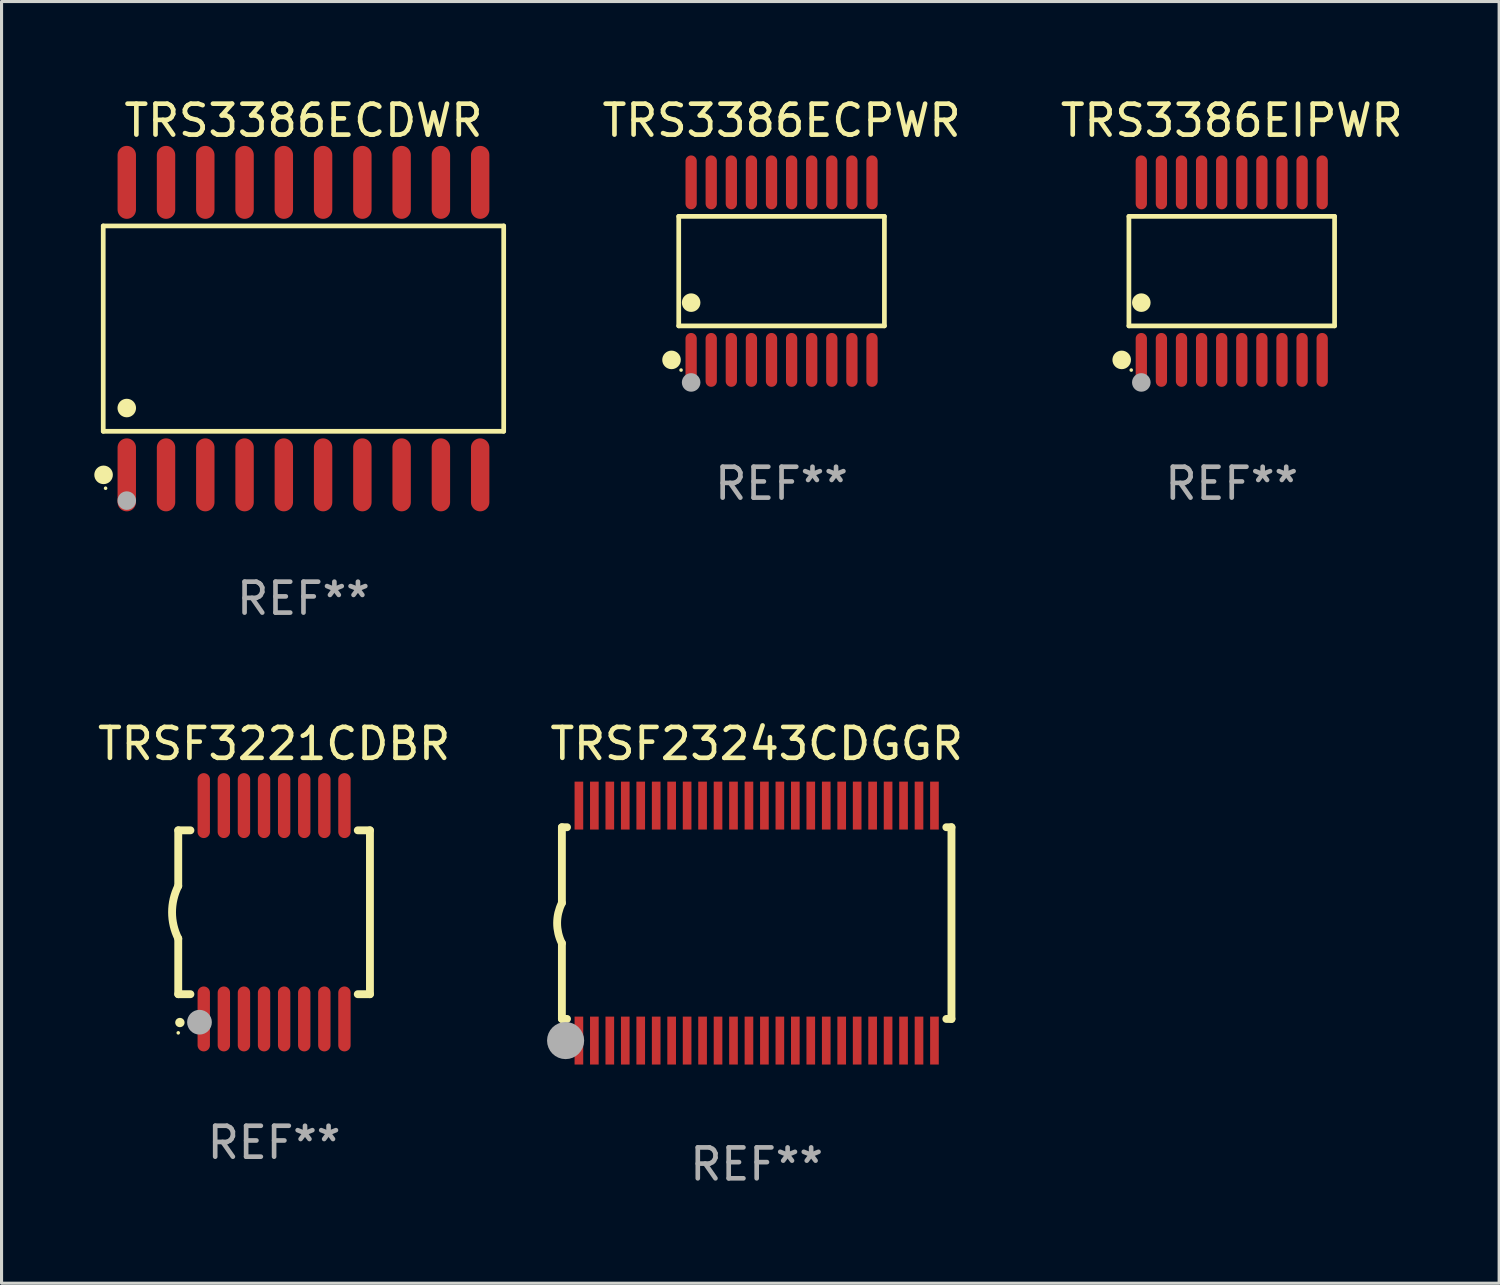
<source format=kicad_pcb>
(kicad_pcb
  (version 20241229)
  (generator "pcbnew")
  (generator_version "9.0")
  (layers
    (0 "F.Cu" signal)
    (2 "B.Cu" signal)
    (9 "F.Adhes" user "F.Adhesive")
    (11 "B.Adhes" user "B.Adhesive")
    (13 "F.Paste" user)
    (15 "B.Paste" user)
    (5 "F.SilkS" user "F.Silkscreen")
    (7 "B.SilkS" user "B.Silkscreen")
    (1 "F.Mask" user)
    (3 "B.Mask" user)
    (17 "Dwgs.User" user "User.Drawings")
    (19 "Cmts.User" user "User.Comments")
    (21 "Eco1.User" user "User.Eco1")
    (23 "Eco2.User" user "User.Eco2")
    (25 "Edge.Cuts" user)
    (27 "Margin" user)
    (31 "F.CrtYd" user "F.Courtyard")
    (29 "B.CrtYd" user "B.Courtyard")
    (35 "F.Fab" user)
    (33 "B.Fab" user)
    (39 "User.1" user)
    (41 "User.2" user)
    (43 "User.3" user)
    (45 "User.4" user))
  (footprint "TRS3386EIPWR"
    (layer "F.Cu")
    (at 36.788 5.719)
    (property "Reference" "TRS3386EIPWR" (at 0 -4.871 0) (layer "F.SilkS") (effects (font (size 1 1) (thickness 0.15))))
    (attr through_hole)
    (fp_line (start -3.326 -1.771) (end 3.326 -1.771) (stroke (width 0.152) (type solid)) (layer "F.SilkS"))
    (fp_line (start -3.326 1.771) (end -3.326 -1.771) (stroke (width 0.152) (type solid)) (layer "F.SilkS"))
    (fp_line (start 3.326 -1.771) (end 3.326 1.771) (stroke (width 0.152) (type solid)) (layer "F.SilkS"))
    (fp_line (start 3.326 1.771) (end -3.326 1.771) (stroke (width 0.152) (type solid)) (layer "F.SilkS"))
    (fp_circle (center -3.559 2.871) (end -3.409 2.871) (stroke (width 0.3) (type solid)) (fill no) (layer "F.SilkS"))
    (fp_circle (center -3.25 3.2) (end -3.22 3.2) (stroke (width 0.06) (type solid)) (fill no) (layer "F.SilkS"))
    (fp_circle (center -2.925 1.019) (end -2.775 1.019) (stroke (width 0.3) (type solid)) (fill no) (layer "F.SilkS"))
    (fp_circle (center -2.925 3.6) (end -2.775 3.6) (stroke (width 0.3) (type solid)) (fill no) (layer "F.Fab"))
    (fp_text user "REF**" (at 0 6.871 0) (layer "F.Fab") (effects (font (size 1 1) (thickness 0.15))))
    (pad "1" smd oval (at -2.925 2.871) (size 0.364 1.742) (layers "F.Cu" "F.Mask" "F.Paste"))
    (pad "2" smd oval (at -2.275 2.871) (size 0.364 1.742) (layers "F.Cu" "F.Mask" "F.Paste"))
    (pad "3" smd oval (at -1.625 2.871) (size 0.364 1.742) (layers "F.Cu" "F.Mask" "F.Paste"))
    (pad "4" smd oval (at -0.975 2.871) (size 0.364 1.742) (layers "F.Cu" "F.Mask" "F.Paste"))
    (pad "5" smd oval (at -0.325 2.871) (size 0.364 1.742) (layers "F.Cu" "F.Mask" "F.Paste"))
    (pad "6" smd oval (at 0.325 2.871) (size 0.364 1.742) (layers "F.Cu" "F.Mask" "F.Paste"))
    (pad "7" smd oval (at 0.975 2.871) (size 0.364 1.742) (layers "F.Cu" "F.Mask" "F.Paste"))
    (pad "8" smd oval (at 1.625 2.871) (size 0.364 1.742) (layers "F.Cu" "F.Mask" "F.Paste"))
    (pad "9" smd oval (at 2.275 2.871) (size 0.364 1.742) (layers "F.Cu" "F.Mask" "F.Paste"))
    (pad "10" smd oval (at 2.925 2.871) (size 0.364 1.742) (layers "F.Cu" "F.Mask" "F.Paste"))
    (pad "11" smd oval (at 2.925 -2.871) (size 0.364 1.742) (layers "F.Cu" "F.Mask" "F.Paste"))
    (pad "12" smd oval (at 2.275 -2.871) (size 0.364 1.742) (layers "F.Cu" "F.Mask" "F.Paste"))
    (pad "13" smd oval (at 1.625 -2.871) (size 0.364 1.742) (layers "F.Cu" "F.Mask" "F.Paste"))
    (pad "14" smd oval (at 0.975 -2.871) (size 0.364 1.742) (layers "F.Cu" "F.Mask" "F.Paste"))
    (pad "15" smd oval (at 0.325 -2.871) (size 0.364 1.742) (layers "F.Cu" "F.Mask" "F.Paste"))
    (pad "16" smd oval (at -0.325 -2.871) (size 0.364 1.742) (layers "F.Cu" "F.Mask" "F.Paste"))
    (pad "17" smd oval (at -0.975 -2.871) (size 0.364 1.742) (layers "F.Cu" "F.Mask" "F.Paste"))
    (pad "18" smd oval (at -1.625 -2.871) (size 0.364 1.742) (layers "F.Cu" "F.Mask" "F.Paste"))
    (pad "19" smd oval (at -2.275 -2.871) (size 0.364 1.742) (layers "F.Cu" "F.Mask" "F.Paste"))
    (pad "20" smd oval (at -2.925 -2.871) (size 0.364 1.742) (layers "F.Cu" "F.Mask" "F.Paste")))
  (footprint "TRSF3221CDBR"
    (layer "F.Cu")
    (at 5.815 26.455)
    (property "Reference" "TRSF3221CDBR" (at 0 -5.45 0) (layer "F.SilkS") (effects (font (size 1 1) (thickness 0.15))))
    (attr through_hole)
    (fp_line (start -3.1 -2.65) (end -3.1 -0.85) (stroke (width 0.254) (type solid)) (layer "F.SilkS"))
    (fp_line (start -3.1 -2.65) (end -2.706 -2.65) (stroke (width 0.254) (type solid)) (layer "F.SilkS"))
    (fp_line (start -3.1 2.65) (end -3.1 0.85) (stroke (width 0.254) (type solid)) (layer "F.SilkS"))
    (fp_line (start -3.1 2.65) (end -2.706 2.65) (stroke (width 0.254) (type solid)) (layer "F.SilkS"))
    (fp_line (start 2.706 -2.65) (end 3.1 -2.65) (stroke (width 0.254) (type solid)) (layer "F.SilkS"))
    (fp_line (start 2.706 2.65) (end 3.1 2.65) (stroke (width 0.254) (type solid)) (layer "F.SilkS"))
    (fp_line (start 3.1 -2.65) (end 3.1 2.65) (stroke (width 0.254) (type solid)) (layer "F.SilkS"))
    (fp_arc (start -3.098907 0.850902) (mid -3.300057 0.000523) (end -3.1 -0.850114) (stroke (width 0.254001) (type solid)) (layer "F.SilkS"))
    (fp_arc (start -3.048006 3.566066) (mid -3.046736 3.566061) (end -3.045466 3.566066) (stroke (width 0.3) (type solid)) (layer "F.SilkS"))
    (fp_circle (center -3.1 3.9) (end -3.07 3.9) (stroke (width 0.06) (type solid)) (fill no) (layer "F.SilkS"))
    (fp_circle (center -2.413 3.556) (end -2.213 3.556) (stroke (width 0.4) (type solid)) (fill no) (layer "F.Fab"))
    (fp_text user "REF**" (at 0 7.45 0) (layer "F.Fab") (effects (font (size 1 1) (thickness 0.15))))
    (pad "1" smd oval (at -2.275 3.45 180) (size 0.4 2.1) (layers "F.Cu" "F.Mask" "F.Paste"))
    (pad "2" smd oval (at -1.625 3.45 180) (size 0.4 2.1) (layers "F.Cu" "F.Mask" "F.Paste"))
    (pad "3" smd oval (at -0.975 3.45 180) (size 0.4 2.1) (layers "F.Cu" "F.Mask" "F.Paste"))
    (pad "4" smd oval (at -0.325 3.45 180) (size 0.4 2.1) (layers "F.Cu" "F.Mask" "F.Paste"))
    (pad "5" smd oval (at 0.325 3.45 180) (size 0.4 2.1) (layers "F.Cu" "F.Mask" "F.Paste"))
    (pad "6" smd oval (at 0.975 3.45 180) (size 0.4 2.1) (layers "F.Cu" "F.Mask" "F.Paste"))
    (pad "7" smd oval (at 1.625 3.45 180) (size 0.4 2.1) (layers "F.Cu" "F.Mask" "F.Paste"))
    (pad "8" smd oval (at 2.275 3.45 180) (size 0.4 2.1) (layers "F.Cu" "F.Mask" "F.Paste"))
    (pad "9" smd oval (at 2.275 -3.45 180) (size 0.4 2.1) (layers "F.Cu" "F.Mask" "F.Paste"))
    (pad "10" smd oval (at 1.625 -3.45 180) (size 0.4 2.1) (layers "F.Cu" "F.Mask" "F.Paste"))
    (pad "11" smd oval (at 0.975 -3.45 180) (size 0.4 2.1) (layers "F.Cu" "F.Mask" "F.Paste"))
    (pad "12" smd oval (at 0.325 -3.45 180) (size 0.4 2.1) (layers "F.Cu" "F.Mask" "F.Paste"))
    (pad "13" smd oval (at -0.325 -3.45 180) (size 0.4 2.1) (layers "F.Cu" "F.Mask" "F.Paste"))
    (pad "14" smd oval (at -0.975 -3.45 180) (size 0.4 2.1) (layers "F.Cu" "F.Mask" "F.Paste"))
    (pad "15" smd oval (at -1.625 -3.45 180) (size 0.4 2.1) (layers "F.Cu" "F.Mask" "F.Paste"))
    (pad "16" smd oval (at -2.275 -3.45 180) (size 0.4 2.1) (layers "F.Cu" "F.Mask" "F.Paste")))
  (footprint "TRS3386ECDWR"
    (layer "F.Cu")
    (at 6.765 7.578)
    (property "Reference" "TRS3386ECDWR" (at 0 -6.73 0) (layer "F.SilkS") (effects (font (size 1 1) (thickness 0.15))))
    (attr through_hole)
    (fp_line (start -6.476 -3.321) (end 6.476 -3.321) (stroke (width 0.152) (type solid)) (layer "F.SilkS"))
    (fp_line (start -6.476 3.321) (end -6.476 -3.321) (stroke (width 0.152) (type solid)) (layer "F.SilkS"))
    (fp_line (start 6.476 -3.321) (end 6.476 3.321) (stroke (width 0.152) (type solid)) (layer "F.SilkS"))
    (fp_line (start 6.476 3.321) (end -6.476 3.321) (stroke (width 0.152) (type solid)) (layer "F.SilkS"))
    (fp_circle (center -6.465 4.73) (end -6.315 4.73) (stroke (width 0.3) (type solid)) (fill no) (layer "F.SilkS"))
    (fp_circle (center -6.4 5.163) (end -6.37 5.163) (stroke (width 0.06) (type solid)) (fill no) (layer "F.SilkS"))
    (fp_circle (center -5.715 2.569) (end -5.565 2.569) (stroke (width 0.3) (type solid)) (fill no) (layer "F.SilkS"))
    (fp_circle (center -5.715 5.563) (end -5.565 5.563) (stroke (width 0.3) (type solid)) (fill no) (layer "F.Fab"))
    (fp_text user "REF**" (at 0 8.73 0) (layer "F.Fab") (effects (font (size 1 1) (thickness 0.15))))
    (pad "1" smd oval (at -5.715 4.73) (size 0.595 2.36) (layers "F.Cu" "F.Mask" "F.Paste"))
    (pad "2" smd oval (at -4.445 4.73) (size 0.595 2.36) (layers "F.Cu" "F.Mask" "F.Paste"))
    (pad "3" smd oval (at -3.175 4.73) (size 0.595 2.36) (layers "F.Cu" "F.Mask" "F.Paste"))
    (pad "4" smd oval (at -1.905 4.73) (size 0.595 2.36) (layers "F.Cu" "F.Mask" "F.Paste"))
    (pad "5" smd oval (at -0.635 4.73) (size 0.595 2.36) (layers "F.Cu" "F.Mask" "F.Paste"))
    (pad "6" smd oval (at 0.635 4.73) (size 0.595 2.36) (layers "F.Cu" "F.Mask" "F.Paste"))
    (pad "7" smd oval (at 1.905 4.73) (size 0.595 2.36) (layers "F.Cu" "F.Mask" "F.Paste"))
    (pad "8" smd oval (at 3.175 4.73) (size 0.595 2.36) (layers "F.Cu" "F.Mask" "F.Paste"))
    (pad "9" smd oval (at 4.445 4.73) (size 0.595 2.36) (layers "F.Cu" "F.Mask" "F.Paste"))
    (pad "10" smd oval (at 5.715 4.73) (size 0.595 2.36) (layers "F.Cu" "F.Mask" "F.Paste"))
    (pad "11" smd oval (at 5.715 -4.73) (size 0.595 2.36) (layers "F.Cu" "F.Mask" "F.Paste"))
    (pad "12" smd oval (at 4.445 -4.73) (size 0.595 2.36) (layers "F.Cu" "F.Mask" "F.Paste"))
    (pad "13" smd oval (at 3.175 -4.73) (size 0.595 2.36) (layers "F.Cu" "F.Mask" "F.Paste"))
    (pad "14" smd oval (at 1.905 -4.73) (size 0.595 2.36) (layers "F.Cu" "F.Mask" "F.Paste"))
    (pad "15" smd oval (at 0.635 -4.73) (size 0.595 2.36) (layers "F.Cu" "F.Mask" "F.Paste"))
    (pad "16" smd oval (at -0.635 -4.73) (size 0.595 2.36) (layers "F.Cu" "F.Mask" "F.Paste"))
    (pad "17" smd oval (at -1.905 -4.73) (size 0.595 2.36) (layers "F.Cu" "F.Mask" "F.Paste"))
    (pad "18" smd oval (at -3.175 -4.73) (size 0.595 2.36) (layers "F.Cu" "F.Mask" "F.Paste"))
    (pad "19" smd oval (at -4.445 -4.73) (size 0.595 2.36) (layers "F.Cu" "F.Mask" "F.Paste"))
    (pad "20" smd oval (at -5.715 -4.73) (size 0.595 2.36) (layers "F.Cu" "F.Mask" "F.Paste")))
  (footprint "TRS3386ECPWR"
    (layer "F.Cu")
    (at 22.228 5.719)
    (property "Reference" "TRS3386ECPWR" (at 0 -4.871 0) (layer "F.SilkS") (effects (font (size 1 1) (thickness 0.15))))
    (attr through_hole)
    (fp_line (start -3.326 -1.771) (end 3.326 -1.771) (stroke (width 0.152) (type solid)) (layer "F.SilkS"))
    (fp_line (start -3.326 1.771) (end -3.326 -1.771) (stroke (width 0.152) (type solid)) (layer "F.SilkS"))
    (fp_line (start 3.326 -1.771) (end 3.326 1.771) (stroke (width 0.152) (type solid)) (layer "F.SilkS"))
    (fp_line (start 3.326 1.771) (end -3.326 1.771) (stroke (width 0.152) (type solid)) (layer "F.SilkS"))
    (fp_circle (center -3.559 2.871) (end -3.409 2.871) (stroke (width 0.3) (type solid)) (fill no) (layer "F.SilkS"))
    (fp_circle (center -3.25 3.2) (end -3.22 3.2) (stroke (width 0.06) (type solid)) (fill no) (layer "F.SilkS"))
    (fp_circle (center -2.925 1.019) (end -2.775 1.019) (stroke (width 0.3) (type solid)) (fill no) (layer "F.SilkS"))
    (fp_circle (center -2.925 3.6) (end -2.775 3.6) (stroke (width 0.3) (type solid)) (fill no) (layer "F.Fab"))
    (fp_text user "REF**" (at 0 6.871 0) (layer "F.Fab") (effects (font (size 1 1) (thickness 0.15))))
    (pad "1" smd oval (at -2.925 2.871) (size 0.364 1.742) (layers "F.Cu" "F.Mask" "F.Paste"))
    (pad "2" smd oval (at -2.275 2.871) (size 0.364 1.742) (layers "F.Cu" "F.Mask" "F.Paste"))
    (pad "3" smd oval (at -1.625 2.871) (size 0.364 1.742) (layers "F.Cu" "F.Mask" "F.Paste"))
    (pad "4" smd oval (at -0.975 2.871) (size 0.364 1.742) (layers "F.Cu" "F.Mask" "F.Paste"))
    (pad "5" smd oval (at -0.325 2.871) (size 0.364 1.742) (layers "F.Cu" "F.Mask" "F.Paste"))
    (pad "6" smd oval (at 0.325 2.871) (size 0.364 1.742) (layers "F.Cu" "F.Mask" "F.Paste"))
    (pad "7" smd oval (at 0.975 2.871) (size 0.364 1.742) (layers "F.Cu" "F.Mask" "F.Paste"))
    (pad "8" smd oval (at 1.625 2.871) (size 0.364 1.742) (layers "F.Cu" "F.Mask" "F.Paste"))
    (pad "9" smd oval (at 2.275 2.871) (size 0.364 1.742) (layers "F.Cu" "F.Mask" "F.Paste"))
    (pad "10" smd oval (at 2.925 2.871) (size 0.364 1.742) (layers "F.Cu" "F.Mask" "F.Paste"))
    (pad "11" smd oval (at 2.925 -2.871) (size 0.364 1.742) (layers "F.Cu" "F.Mask" "F.Paste"))
    (pad "12" smd oval (at 2.275 -2.871) (size 0.364 1.742) (layers "F.Cu" "F.Mask" "F.Paste"))
    (pad "13" smd oval (at 1.625 -2.871) (size 0.364 1.742) (layers "F.Cu" "F.Mask" "F.Paste"))
    (pad "14" smd oval (at 0.975 -2.871) (size 0.364 1.742) (layers "F.Cu" "F.Mask" "F.Paste"))
    (pad "15" smd oval (at 0.325 -2.871) (size 0.364 1.742) (layers "F.Cu" "F.Mask" "F.Paste"))
    (pad "16" smd oval (at -0.325 -2.871) (size 0.364 1.742) (layers "F.Cu" "F.Mask" "F.Paste"))
    (pad "17" smd oval (at -0.975 -2.871) (size 0.364 1.742) (layers "F.Cu" "F.Mask" "F.Paste"))
    (pad "18" smd oval (at -1.625 -2.871) (size 0.364 1.742) (layers "F.Cu" "F.Mask" "F.Paste"))
    (pad "19" smd oval (at -2.275 -2.871) (size 0.364 1.742) (layers "F.Cu" "F.Mask" "F.Paste"))
    (pad "20" smd oval (at -2.925 -2.871) (size 0.364 1.742) (layers "F.Cu" "F.Mask" "F.Paste")))
  (footprint "TRSF23243CDGGR"
    (layer "F.Cu")
    (at 21.423 26.805)
    (property "Reference" "TRSF23243CDGGR" (at 0 -5.8 0) (layer "F.SilkS") (effects (font (size 1 1) (thickness 0.15))))
    (attr through_hole)
    (fp_line (start -6.3 -3.1) (end -6.3 -0.65) (stroke (width 0.254) (type solid)) (layer "F.SilkS"))
    (fp_line (start -6.3 -3.1) (end -6.134 -3.1) (stroke (width 0.254) (type solid)) (layer "F.SilkS"))
    (fp_line (start -6.3 3.1) (end -6.3 0.65) (stroke (width 0.254) (type solid)) (layer "F.SilkS"))
    (fp_line (start -6.3 3.1) (end -6.134 3.1) (stroke (width 0.254) (type solid)) (layer "F.SilkS"))
    (fp_line (start 6.134 -3.1) (end 6.3 -3.1) (stroke (width 0.254) (type solid)) (layer "F.SilkS"))
    (fp_line (start 6.134 3.1) (end 6.3 3.1) (stroke (width 0.254) (type solid)) (layer "F.SilkS"))
    (fp_line (start 6.3 -3.1) (end 6.3 3.1) (stroke (width 0.254) (type solid)) (layer "F.SilkS"))
    (fp_arc (start -6.301016 0.650114) (mid -6.45413 -0.000082) (end -6.3 -0.650038) (stroke (width 0.254001) (type solid)) (layer "F.SilkS"))
    (fp_circle (center -6.35 3.81) (end -6.223 3.81) (stroke (width 0.254) (type solid)) (fill no) (layer "F.SilkS"))
    (fp_circle (center -6.25 4.05) (end -6.22 4.05) (stroke (width 0.06) (type solid)) (fill no) (layer "F.SilkS"))
    (fp_circle (center -6.18 3.8) (end -5.88 3.8) (stroke (width 0.6) (type solid)) (fill no) (layer "F.Fab"))
    (fp_text user "REF**" (at 0 7.8 0) (layer "F.Fab") (effects (font (size 1 1) (thickness 0.15))))
    (pad "1" smd rect (at -5.75 3.8) (size 0.28 1.55) (layers "F.Cu" "F.Mask" "F.Paste"))
    (pad "2" smd rect (at -5.25 3.8) (size 0.28 1.55) (layers "F.Cu" "F.Mask" "F.Paste"))
    (pad "3" smd rect (at -4.75 3.8) (size 0.28 1.55) (layers "F.Cu" "F.Mask" "F.Paste"))
    (pad "4" smd rect (at -4.25 3.8) (size 0.28 1.55) (layers "F.Cu" "F.Mask" "F.Paste"))
    (pad "5" smd rect (at -3.75 3.8) (size 0.28 1.55) (layers "F.Cu" "F.Mask" "F.Paste"))
    (pad "6" smd rect (at -3.25 3.8) (size 0.28 1.55) (layers "F.Cu" "F.Mask" "F.Paste"))
    (pad "7" smd rect (at -2.75 3.8) (size 0.28 1.55) (layers "F.Cu" "F.Mask" "F.Paste"))
    (pad "8" smd rect (at -2.25 3.8) (size 0.28 1.55) (layers "F.Cu" "F.Mask" "F.Paste"))
    (pad "9" smd rect (at -1.75 3.8) (size 0.28 1.55) (layers "F.Cu" "F.Mask" "F.Paste"))
    (pad "10" smd rect (at -1.25 3.8) (size 0.28 1.55) (layers "F.Cu" "F.Mask" "F.Paste"))
    (pad "11" smd rect (at -0.75 3.8) (size 0.28 1.55) (layers "F.Cu" "F.Mask" "F.Paste"))
    (pad "12" smd rect (at -0.25 3.8) (size 0.28 1.55) (layers "F.Cu" "F.Mask" "F.Paste"))
    (pad "13" smd rect (at 0.25 3.8) (size 0.28 1.55) (layers "F.Cu" "F.Mask" "F.Paste"))
    (pad "14" smd rect (at 0.75 3.8) (size 0.28 1.55) (layers "F.Cu" "F.Mask" "F.Paste"))
    (pad "15" smd rect (at 1.25 3.8) (size 0.28 1.55) (layers "F.Cu" "F.Mask" "F.Paste"))
    (pad "16" smd rect (at 1.75 3.8) (size 0.28 1.55) (layers "F.Cu" "F.Mask" "F.Paste"))
    (pad "17" smd rect (at 2.25 3.8) (size 0.28 1.55) (layers "F.Cu" "F.Mask" "F.Paste"))
    (pad "18" smd rect (at 2.75 3.8) (size 0.28 1.55) (layers "F.Cu" "F.Mask" "F.Paste"))
    (pad "19" smd rect (at 3.25 3.8) (size 0.28 1.55) (layers "F.Cu" "F.Mask" "F.Paste"))
    (pad "20" smd rect (at 3.75 3.8) (size 0.28 1.55) (layers "F.Cu" "F.Mask" "F.Paste"))
    (pad "21" smd rect (at 4.25 3.8) (size 0.28 1.55) (layers "F.Cu" "F.Mask" "F.Paste"))
    (pad "22" smd rect (at 4.75 3.8) (size 0.28 1.55) (layers "F.Cu" "F.Mask" "F.Paste"))
    (pad "23" smd rect (at 5.25 3.8) (size 0.28 1.55) (layers "F.Cu" "F.Mask" "F.Paste"))
    (pad "24" smd rect (at 5.75 3.8) (size 0.28 1.55) (layers "F.Cu" "F.Mask" "F.Paste"))
    (pad "25" smd rect (at 5.75 -3.8) (size 0.28 1.55) (layers "F.Cu" "F.Mask" "F.Paste"))
    (pad "26" smd rect (at 5.25 -3.8) (size 0.28 1.55) (layers "F.Cu" "F.Mask" "F.Paste"))
    (pad "27" smd rect (at 4.75 -3.8) (size 0.28 1.55) (layers "F.Cu" "F.Mask" "F.Paste"))
    (pad "28" smd rect (at 4.25 -3.8) (size 0.28 1.55) (layers "F.Cu" "F.Mask" "F.Paste"))
    (pad "29" smd rect (at 3.75 -3.8) (size 0.28 1.55) (layers "F.Cu" "F.Mask" "F.Paste"))
    (pad "30" smd rect (at 3.25 -3.8) (size 0.28 1.55) (layers "F.Cu" "F.Mask" "F.Paste"))
    (pad "31" smd rect (at 2.75 -3.8) (size 0.28 1.55) (layers "F.Cu" "F.Mask" "F.Paste"))
    (pad "32" smd rect (at 2.25 -3.8) (size 0.28 1.55) (layers "F.Cu" "F.Mask" "F.Paste"))
    (pad "33" smd rect (at 1.75 -3.8) (size 0.28 1.55) (layers "F.Cu" "F.Mask" "F.Paste"))
    (pad "34" smd rect (at 1.25 -3.8) (size 0.28 1.55) (layers "F.Cu" "F.Mask" "F.Paste"))
    (pad "35" smd rect (at 0.75 -3.8) (size 0.28 1.55) (layers "F.Cu" "F.Mask" "F.Paste"))
    (pad "36" smd rect (at 0.25 -3.8) (size 0.28 1.55) (layers "F.Cu" "F.Mask" "F.Paste"))
    (pad "37" smd rect (at -0.25 -3.8) (size 0.28 1.55) (layers "F.Cu" "F.Mask" "F.Paste"))
    (pad "38" smd rect (at -0.75 -3.8) (size 0.28 1.55) (layers "F.Cu" "F.Mask" "F.Paste"))
    (pad "39" smd rect (at -1.25 -3.8) (size 0.28 1.55) (layers "F.Cu" "F.Mask" "F.Paste"))
    (pad "40" smd rect (at -1.75 -3.8) (size 0.28 1.55) (layers "F.Cu" "F.Mask" "F.Paste"))
    (pad "41" smd rect (at -2.25 -3.8) (size 0.28 1.55) (layers "F.Cu" "F.Mask" "F.Paste"))
    (pad "42" smd rect (at -2.75 -3.8) (size 0.28 1.55) (layers "F.Cu" "F.Mask" "F.Paste"))
    (pad "43" smd rect (at -3.25 -3.8) (size 0.28 1.55) (layers "F.Cu" "F.Mask" "F.Paste"))
    (pad "44" smd rect (at -3.75 -3.8) (size 0.28 1.55) (layers "F.Cu" "F.Mask" "F.Paste"))
    (pad "45" smd rect (at -4.25 -3.8) (size 0.28 1.55) (layers "F.Cu" "F.Mask" "F.Paste"))
    (pad "46" smd rect (at -4.75 -3.8) (size 0.28 1.55) (layers "F.Cu" "F.Mask" "F.Paste"))
    (pad "47" smd rect (at -5.25 -3.8) (size 0.28 1.55) (layers "F.Cu" "F.Mask" "F.Paste"))
    (pad "48" smd rect (at -5.75 -3.8) (size 0.28 1.55) (layers "F.Cu" "F.Mask" "F.Paste")))
  (gr_rect
    (start -3 -3)
    (end 45.436 38.453)
    (stroke (width 0.1) (type default))
    (fill no)
    (layer "Edge.Cuts")))
</source>
